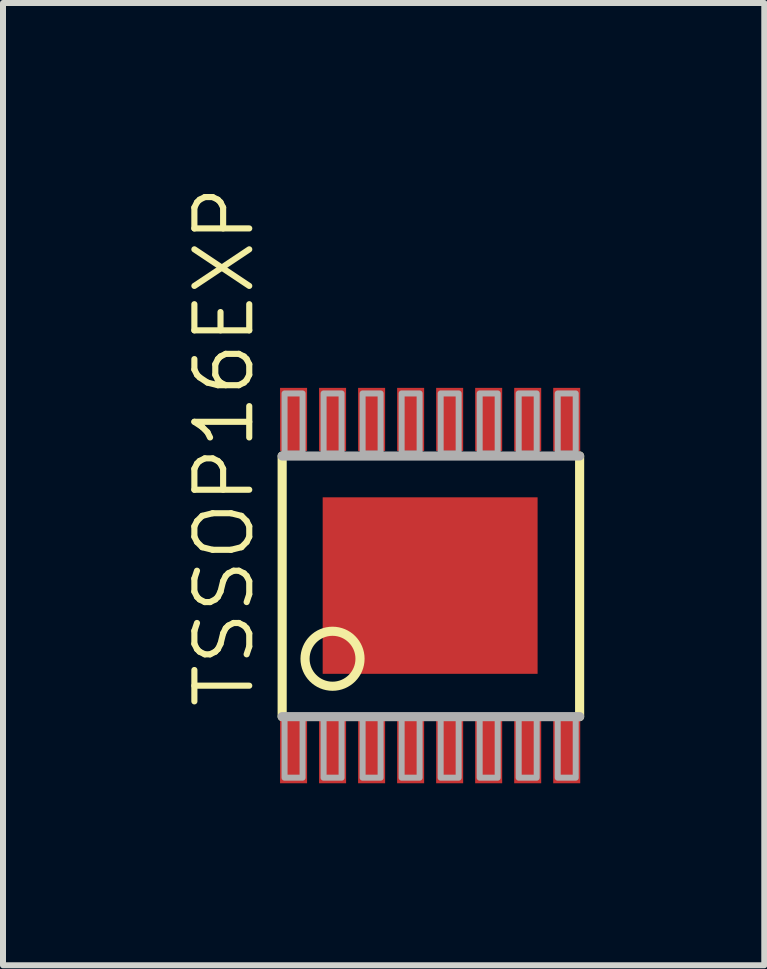
<source format=kicad_pcb>
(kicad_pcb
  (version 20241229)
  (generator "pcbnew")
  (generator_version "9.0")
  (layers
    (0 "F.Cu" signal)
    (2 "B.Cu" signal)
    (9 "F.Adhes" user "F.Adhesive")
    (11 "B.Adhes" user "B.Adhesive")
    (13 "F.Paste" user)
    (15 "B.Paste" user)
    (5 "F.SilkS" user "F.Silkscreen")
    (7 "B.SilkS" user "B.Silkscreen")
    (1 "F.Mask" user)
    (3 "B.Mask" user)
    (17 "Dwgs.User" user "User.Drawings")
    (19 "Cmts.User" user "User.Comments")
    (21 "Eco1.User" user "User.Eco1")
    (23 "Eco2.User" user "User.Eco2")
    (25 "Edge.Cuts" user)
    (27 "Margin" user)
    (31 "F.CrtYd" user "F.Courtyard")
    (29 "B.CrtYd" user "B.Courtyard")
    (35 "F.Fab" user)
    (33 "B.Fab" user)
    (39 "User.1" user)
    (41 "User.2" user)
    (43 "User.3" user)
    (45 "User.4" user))
  (footprint "TSSOP16EXP"
    (layer "F.Cu")
    (at 4.115 6.704)
    (property "Reference" "TSSOP16EXP" (at -2.896 2.083 90) (unlocked yes) (layer "F.SilkS") (effects (font (size 0.914 0.914) (thickness 0.102)) (justify left bottom)))
    (fp_poly (pts (xy -2.525 3.325) (xy -2.025 3.325) (xy -2.025 2.225) (xy -2.525 2.225)) (stroke (width 0) (type default)) (fill yes) (layer "F.Mask"))
    (fp_poly (pts (xy -2.025 -3.325) (xy -2.525 -3.325) (xy -2.525 -2.225) (xy -2.025 -2.225)) (stroke (width 0) (type default)) (fill yes) (layer "F.Mask"))
    (fp_poly (pts (xy -1.875 3.325) (xy -1.375 3.325) (xy -1.375 2.225) (xy -1.875 2.225)) (stroke (width 0) (type default)) (fill yes) (layer "F.Mask"))
    (fp_poly (pts (xy -1.375 -3.325) (xy -1.875 -3.325) (xy -1.875 -2.225) (xy -1.375 -2.225)) (stroke (width 0) (type default)) (fill yes) (layer "F.Mask"))
    (fp_poly (pts (xy -1.225 3.325) (xy -0.725 3.325) (xy -0.725 2.225) (xy -1.225 2.225)) (stroke (width 0) (type default)) (fill yes) (layer "F.Mask"))
    (fp_poly (pts (xy -0.725 -3.325) (xy -1.225 -3.325) (xy -1.225 -2.225) (xy -0.725 -2.225)) (stroke (width 0) (type default)) (fill yes) (layer "F.Mask"))
    (fp_poly (pts (xy -0.575 3.325) (xy -0.075 3.325) (xy -0.075 2.225) (xy -0.575 2.225)) (stroke (width 0) (type default)) (fill yes) (layer "F.Mask"))
    (fp_poly (pts (xy -0.075 -3.325) (xy -0.575 -3.325) (xy -0.575 -2.225) (xy -0.075 -2.225)) (stroke (width 0) (type default)) (fill yes) (layer "F.Mask"))
    (fp_poly (pts (xy 0.075 3.325) (xy 0.575 3.325) (xy 0.575 2.225) (xy 0.075 2.225)) (stroke (width 0) (type default)) (fill yes) (layer "F.Mask"))
    (fp_poly (pts (xy 0.575 -3.325) (xy 0.075 -3.325) (xy 0.075 -2.225) (xy 0.575 -2.225)) (stroke (width 0) (type default)) (fill yes) (layer "F.Mask"))
    (fp_poly (pts (xy 0.725 3.325) (xy 1.225 3.325) (xy 1.225 2.225) (xy 0.725 2.225)) (stroke (width 0) (type default)) (fill yes) (layer "F.Mask"))
    (fp_poly (pts (xy 1.225 -3.325) (xy 0.725 -3.325) (xy 0.725 -2.225) (xy 1.225 -2.225)) (stroke (width 0) (type default)) (fill yes) (layer "F.Mask"))
    (fp_poly (pts (xy 1.375 3.325) (xy 1.875 3.325) (xy 1.875 2.225) (xy 1.375 2.225)) (stroke (width 0) (type default)) (fill yes) (layer "F.Mask"))
    (fp_poly (pts (xy 1.875 -3.325) (xy 1.375 -3.325) (xy 1.375 -2.225) (xy 1.875 -2.225)) (stroke (width 0) (type default)) (fill yes) (layer "F.Mask"))
    (fp_poly (pts (xy 2.025 3.325) (xy 2.525 3.325) (xy 2.525 2.225) (xy 2.025 2.225)) (stroke (width 0) (type default)) (fill yes) (layer "F.Mask"))
    (fp_poly (pts (xy 2.525 -3.325) (xy 2.025 -3.325) (xy 2.025 -2.225) (xy 2.525 -2.225)) (stroke (width 0) (type default)) (fill yes) (layer "F.Mask"))
    (fp_line (start -2.465 2.183) (end -2.465 -2.158) (stroke (width 0.152) (type solid)) (layer "F.SilkS"))
    (fp_line (start 2.49 -2.158) (end 2.49 2.183) (stroke (width 0.152) (type solid)) (layer "F.SilkS"))
    (fp_circle (center -1.626 1.219) (end -1.168 1.219) (stroke (width 0.152) (type solid)) (fill no) (layer "F.SilkS"))
    (fp_line (start -2.465 2.183) (end 2.49 2.183) (stroke (width 0.152) (type solid)) (layer "F.Fab"))
    (fp_line (start 2.49 -2.158) (end -2.465 -2.158) (stroke (width 0.152) (type solid)) (layer "F.Fab"))
    (fp_poly (pts (xy -2.425 -2.2) (xy -2.125 -2.2) (xy -2.125 -3.2) (xy -2.425 -3.2)) (stroke (width 0.1) (type default)) (fill no) (layer "F.Fab"))
    (fp_poly (pts (xy -2.125 2.2) (xy -2.425 2.2) (xy -2.425 3.2) (xy -2.125 3.2)) (stroke (width 0.1) (type default)) (fill no) (layer "F.Fab"))
    (fp_poly (pts (xy -1.775 -2.2) (xy -1.475 -2.2) (xy -1.475 -3.2) (xy -1.775 -3.2)) (stroke (width 0.1) (type default)) (fill no) (layer "F.Fab"))
    (fp_poly (pts (xy -1.475 2.2) (xy -1.775 2.2) (xy -1.775 3.2) (xy -1.475 3.2)) (stroke (width 0.1) (type default)) (fill no) (layer "F.Fab"))
    (fp_poly (pts (xy -1.125 -2.2) (xy -0.825 -2.2) (xy -0.825 -3.2) (xy -1.125 -3.2)) (stroke (width 0.1) (type default)) (fill no) (layer "F.Fab"))
    (fp_poly (pts (xy -0.825 2.2) (xy -1.125 2.2) (xy -1.125 3.2) (xy -0.825 3.2)) (stroke (width 0.1) (type default)) (fill no) (layer "F.Fab"))
    (fp_poly (pts (xy -0.475 -2.2) (xy -0.175 -2.2) (xy -0.175 -3.2) (xy -0.475 -3.2)) (stroke (width 0.1) (type default)) (fill no) (layer "F.Fab"))
    (fp_poly (pts (xy -0.175 2.2) (xy -0.475 2.2) (xy -0.475 3.2) (xy -0.175 3.2)) (stroke (width 0.1) (type default)) (fill no) (layer "F.Fab"))
    (fp_poly (pts (xy 0.175 -2.2) (xy 0.475 -2.2) (xy 0.475 -3.2) (xy 0.175 -3.2)) (stroke (width 0.1) (type default)) (fill no) (layer "F.Fab"))
    (fp_poly (pts (xy 0.475 2.2) (xy 0.175 2.2) (xy 0.175 3.2) (xy 0.475 3.2)) (stroke (width 0.1) (type default)) (fill no) (layer "F.Fab"))
    (fp_poly (pts (xy 0.825 -2.2) (xy 1.125 -2.2) (xy 1.125 -3.2) (xy 0.825 -3.2)) (stroke (width 0.1) (type default)) (fill no) (layer "F.Fab"))
    (fp_poly (pts (xy 1.125 2.2) (xy 0.825 2.2) (xy 0.825 3.2) (xy 1.125 3.2)) (stroke (width 0.1) (type default)) (fill no) (layer "F.Fab"))
    (fp_poly (pts (xy 1.475 -2.2) (xy 1.775 -2.2) (xy 1.775 -3.2) (xy 1.475 -3.2)) (stroke (width 0.1) (type default)) (fill no) (layer "F.Fab"))
    (fp_poly (pts (xy 1.775 2.2) (xy 1.475 2.2) (xy 1.475 3.2) (xy 1.775 3.2)) (stroke (width 0.1) (type default)) (fill no) (layer "F.Fab"))
    (fp_poly (pts (xy 2.125 -2.2) (xy 2.425 -2.2) (xy 2.425 -3.2) (xy 2.125 -3.2)) (stroke (width 0.1) (type default)) (fill no) (layer "F.Fab"))
    (fp_poly (pts (xy 2.425 2.2) (xy 2.125 2.2) (xy 2.125 3.2) (xy 2.425 3.2)) (stroke (width 0.1) (type default)) (fill no) (layer "F.Fab"))
    (pad "1" smd rect (at -2.275 2.768) (size 0.45 1.05) (layers "F.Cu" "F.Paste"))
    (pad "2" smd rect (at -1.625 2.768) (size 0.45 1.05) (layers "F.Cu" "F.Paste"))
    (pad "3" smd rect (at -0.975 2.768) (size 0.45 1.05) (layers "F.Cu" "F.Paste"))
    (pad "4" smd rect (at -0.325 2.768) (size 0.45 1.05) (layers "F.Cu" "F.Paste"))
    (pad "5" smd rect (at 0.325 2.768) (size 0.45 1.05) (layers "F.Cu" "F.Paste"))
    (pad "6" smd rect (at 0.975 2.768) (size 0.45 1.05) (layers "F.Cu" "F.Paste"))
    (pad "7" smd rect (at 1.625 2.768) (size 0.45 1.05) (layers "F.Cu" "F.Paste"))
    (pad "8" smd rect (at 2.275 2.768) (size 0.45 1.05) (layers "F.Cu" "F.Paste"))
    (pad "9" smd rect (at 2.275 -2.768) (size 0.45 1.05) (layers "F.Cu" "F.Paste"))
    (pad "10" smd rect (at 1.625 -2.768) (size 0.45 1.05) (layers "F.Cu" "F.Paste"))
    (pad "11" smd rect (at 0.975 -2.768) (size 0.45 1.05) (layers "F.Cu" "F.Paste"))
    (pad "12" smd rect (at 0.325 -2.768) (size 0.45 1.05) (layers "F.Cu" "F.Paste"))
    (pad "13" smd rect (at -0.325 -2.768) (size 0.45 1.05) (layers "F.Cu" "F.Paste"))
    (pad "14" smd rect (at -0.975 -2.768) (size 0.45 1.05) (layers "F.Cu" "F.Paste"))
    (pad "15" smd rect (at -1.625 -2.768) (size 0.45 1.05) (layers "F.Cu" "F.Paste"))
    (pad "16" smd rect (at -2.275 -2.768) (size 0.45 1.05) (layers "F.Cu" "F.Paste"))
    (pad "EXP" smd rect (at 0 0) (size 3.58 2.94) (layers "F.Cu" "F.Mask" "F.Paste")))
  (gr_rect
    (start -3 -3)
    (end 9.681 13.029)
    (stroke (width 0.1) (type default))
    (fill no)
    (layer "Edge.Cuts")))
</source>
